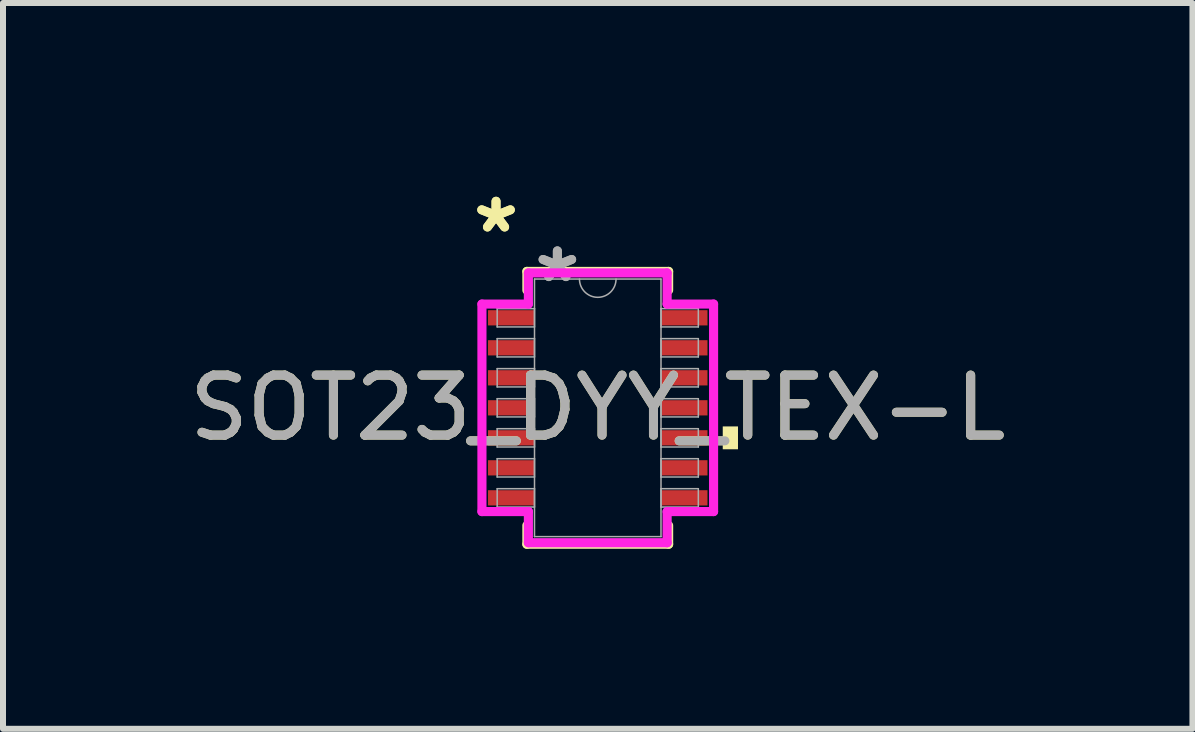
<source format=kicad_pcb>
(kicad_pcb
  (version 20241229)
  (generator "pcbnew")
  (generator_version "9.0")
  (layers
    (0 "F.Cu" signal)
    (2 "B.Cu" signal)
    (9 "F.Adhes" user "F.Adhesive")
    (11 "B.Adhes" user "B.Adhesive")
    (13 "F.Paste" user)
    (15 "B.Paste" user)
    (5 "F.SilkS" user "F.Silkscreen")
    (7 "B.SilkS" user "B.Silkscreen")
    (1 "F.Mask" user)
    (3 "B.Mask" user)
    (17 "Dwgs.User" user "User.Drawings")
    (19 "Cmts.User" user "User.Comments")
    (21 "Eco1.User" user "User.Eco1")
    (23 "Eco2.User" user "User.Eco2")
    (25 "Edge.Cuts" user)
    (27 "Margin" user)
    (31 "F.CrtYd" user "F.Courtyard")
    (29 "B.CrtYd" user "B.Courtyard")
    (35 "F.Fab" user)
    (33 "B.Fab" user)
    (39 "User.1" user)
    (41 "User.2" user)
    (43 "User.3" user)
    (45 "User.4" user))
  (footprint "SOT23_DYY_TEX-L"
    (layer "F.Cu")
    (at 6.911 3.746)
    (property "Reference" "SOT23_DYY_TEX-L" (at 0 0 0) (unlocked yes) (layer "F.SilkS") (effects (font (size 1 1) (thickness 0.15))))
    (attr smd)
    (fp_line (start -1.181 -2.273) (end -1.181 -1.96) (stroke (width 0.152) (type solid)) (layer "F.SilkS"))
    (fp_line (start -1.181 1.96) (end -1.181 2.273) (stroke (width 0.152) (type solid)) (layer "F.SilkS"))
    (fp_line (start -1.181 2.273) (end 1.181 2.273) (stroke (width 0.152) (type solid)) (layer "F.SilkS"))
    (fp_line (start 1.181 -2.273) (end -1.181 -2.273) (stroke (width 0.152) (type solid)) (layer "F.SilkS"))
    (fp_line (start 1.181 -1.96) (end 1.181 -2.273) (stroke (width 0.152) (type solid)) (layer "F.SilkS"))
    (fp_line (start 1.181 2.273) (end 1.181 1.96) (stroke (width 0.152) (type solid)) (layer "F.SilkS"))
    (fp_poly (pts (xy 2.337 0.31) (xy 2.337 0.691) (xy 2.083 0.691) (xy 2.083 0.31)) (stroke (width 0) (type solid)) (fill yes) (layer "F.SilkS"))
    (fp_line (start -1.93 -1.729) (end -1.156 -1.729) (stroke (width 0.152) (type solid)) (layer "F.CrtYd"))
    (fp_line (start -1.93 1.729) (end -1.93 -1.729) (stroke (width 0.152) (type solid)) (layer "F.CrtYd"))
    (fp_line (start -1.93 1.729) (end -1.156 1.729) (stroke (width 0.152) (type solid)) (layer "F.CrtYd"))
    (fp_line (start -1.156 -2.248) (end 1.156 -2.248) (stroke (width 0.152) (type solid)) (layer "F.CrtYd"))
    (fp_line (start -1.156 -1.729) (end -1.156 -2.248) (stroke (width 0.152) (type solid)) (layer "F.CrtYd"))
    (fp_line (start -1.156 2.248) (end -1.156 1.729) (stroke (width 0.152) (type solid)) (layer "F.CrtYd"))
    (fp_line (start 1.156 -2.248) (end 1.156 -1.729) (stroke (width 0.152) (type solid)) (layer "F.CrtYd"))
    (fp_line (start 1.156 1.729) (end 1.156 2.248) (stroke (width 0.152) (type solid)) (layer "F.CrtYd"))
    (fp_line (start 1.156 2.248) (end -1.156 2.248) (stroke (width 0.152) (type solid)) (layer "F.CrtYd"))
    (fp_line (start 1.93 -1.729) (end 1.156 -1.729) (stroke (width 0.152) (type solid)) (layer "F.CrtYd"))
    (fp_line (start 1.93 -1.729) (end 1.93 1.729) (stroke (width 0.152) (type solid)) (layer "F.CrtYd"))
    (fp_line (start 1.93 1.729) (end 1.156 1.729) (stroke (width 0.152) (type solid)) (layer "F.CrtYd"))
    (fp_line (start -1.676 -1.653) (end -1.676 -1.348) (stroke (width 0.025) (type solid)) (layer "F.Fab"))
    (fp_line (start -1.676 -1.348) (end -1.054 -1.348) (stroke (width 0.025) (type solid)) (layer "F.Fab"))
    (fp_line (start -1.676 -1.153) (end -1.676 -0.848) (stroke (width 0.025) (type solid)) (layer "F.Fab"))
    (fp_line (start -1.676 -0.848) (end -1.054 -0.848) (stroke (width 0.025) (type solid)) (layer "F.Fab"))
    (fp_line (start -1.676 -0.653) (end -1.676 -0.348) (stroke (width 0.025) (type solid)) (layer "F.Fab"))
    (fp_line (start -1.676 -0.348) (end -1.054 -0.348) (stroke (width 0.025) (type solid)) (layer "F.Fab"))
    (fp_line (start -1.676 -0.152) (end -1.676 0.152) (stroke (width 0.025) (type solid)) (layer "F.Fab"))
    (fp_line (start -1.676 0.152) (end -1.054 0.152) (stroke (width 0.025) (type solid)) (layer "F.Fab"))
    (fp_line (start -1.676 0.348) (end -1.676 0.653) (stroke (width 0.025) (type solid)) (layer "F.Fab"))
    (fp_line (start -1.676 0.653) (end -1.054 0.653) (stroke (width 0.025) (type solid)) (layer "F.Fab"))
    (fp_line (start -1.676 0.848) (end -1.676 1.153) (stroke (width 0.025) (type solid)) (layer "F.Fab"))
    (fp_line (start -1.676 1.153) (end -1.054 1.153) (stroke (width 0.025) (type solid)) (layer "F.Fab"))
    (fp_line (start -1.676 1.348) (end -1.676 1.653) (stroke (width 0.025) (type solid)) (layer "F.Fab"))
    (fp_line (start -1.676 1.653) (end -1.054 1.653) (stroke (width 0.025) (type solid)) (layer "F.Fab"))
    (fp_line (start -1.054 -2.146) (end -1.054 2.146) (stroke (width 0.025) (type solid)) (layer "F.Fab"))
    (fp_line (start -1.054 -1.653) (end -1.676 -1.653) (stroke (width 0.025) (type solid)) (layer "F.Fab"))
    (fp_line (start -1.054 -1.348) (end -1.054 -1.653) (stroke (width 0.025) (type solid)) (layer "F.Fab"))
    (fp_line (start -1.054 -1.153) (end -1.676 -1.153) (stroke (width 0.025) (type solid)) (layer "F.Fab"))
    (fp_line (start -1.054 -0.848) (end -1.054 -1.153) (stroke (width 0.025) (type solid)) (layer "F.Fab"))
    (fp_line (start -1.054 -0.653) (end -1.676 -0.653) (stroke (width 0.025) (type solid)) (layer "F.Fab"))
    (fp_line (start -1.054 -0.348) (end -1.054 -0.653) (stroke (width 0.025) (type solid)) (layer "F.Fab"))
    (fp_line (start -1.054 -0.152) (end -1.676 -0.152) (stroke (width 0.025) (type solid)) (layer "F.Fab"))
    (fp_line (start -1.054 0.152) (end -1.054 -0.152) (stroke (width 0.025) (type solid)) (layer "F.Fab"))
    (fp_line (start -1.054 0.348) (end -1.676 0.348) (stroke (width 0.025) (type solid)) (layer "F.Fab"))
    (fp_line (start -1.054 0.653) (end -1.054 0.348) (stroke (width 0.025) (type solid)) (layer "F.Fab"))
    (fp_line (start -1.054 0.848) (end -1.676 0.848) (stroke (width 0.025) (type solid)) (layer "F.Fab"))
    (fp_line (start -1.054 1.153) (end -1.054 0.848) (stroke (width 0.025) (type solid)) (layer "F.Fab"))
    (fp_line (start -1.054 1.348) (end -1.676 1.348) (stroke (width 0.025) (type solid)) (layer "F.Fab"))
    (fp_line (start -1.054 1.653) (end -1.054 1.348) (stroke (width 0.025) (type solid)) (layer "F.Fab"))
    (fp_line (start -1.054 2.146) (end 1.054 2.146) (stroke (width 0.025) (type solid)) (layer "F.Fab"))
    (fp_line (start 1.054 -2.146) (end -1.054 -2.146) (stroke (width 0.025) (type solid)) (layer "F.Fab"))
    (fp_line (start 1.054 -1.653) (end 1.054 -1.348) (stroke (width 0.025) (type solid)) (layer "F.Fab"))
    (fp_line (start 1.054 -1.348) (end 1.676 -1.348) (stroke (width 0.025) (type solid)) (layer "F.Fab"))
    (fp_line (start 1.054 -1.153) (end 1.054 -0.848) (stroke (width 0.025) (type solid)) (layer "F.Fab"))
    (fp_line (start 1.054 -0.848) (end 1.676 -0.848) (stroke (width 0.025) (type solid)) (layer "F.Fab"))
    (fp_line (start 1.054 -0.653) (end 1.054 -0.348) (stroke (width 0.025) (type solid)) (layer "F.Fab"))
    (fp_line (start 1.054 -0.348) (end 1.676 -0.348) (stroke (width 0.025) (type solid)) (layer "F.Fab"))
    (fp_line (start 1.054 -0.152) (end 1.054 0.152) (stroke (width 0.025) (type solid)) (layer "F.Fab"))
    (fp_line (start 1.054 0.152) (end 1.676 0.152) (stroke (width 0.025) (type solid)) (layer "F.Fab"))
    (fp_line (start 1.054 0.348) (end 1.054 0.653) (stroke (width 0.025) (type solid)) (layer "F.Fab"))
    (fp_line (start 1.054 0.653) (end 1.676 0.653) (stroke (width 0.025) (type solid)) (layer "F.Fab"))
    (fp_line (start 1.054 0.848) (end 1.054 1.153) (stroke (width 0.025) (type solid)) (layer "F.Fab"))
    (fp_line (start 1.054 1.153) (end 1.676 1.153) (stroke (width 0.025) (type solid)) (layer "F.Fab"))
    (fp_line (start 1.054 1.348) (end 1.054 1.653) (stroke (width 0.025) (type solid)) (layer "F.Fab"))
    (fp_line (start 1.054 1.653) (end 1.676 1.653) (stroke (width 0.025) (type solid)) (layer "F.Fab"))
    (fp_line (start 1.054 2.146) (end 1.054 -2.146) (stroke (width 0.025) (type solid)) (layer "F.Fab"))
    (fp_line (start 1.676 -1.653) (end 1.054 -1.653) (stroke (width 0.025) (type solid)) (layer "F.Fab"))
    (fp_line (start 1.676 -1.348) (end 1.676 -1.653) (stroke (width 0.025) (type solid)) (layer "F.Fab"))
    (fp_line (start 1.676 -1.153) (end 1.054 -1.153) (stroke (width 0.025) (type solid)) (layer "F.Fab"))
    (fp_line (start 1.676 -0.848) (end 1.676 -1.153) (stroke (width 0.025) (type solid)) (layer "F.Fab"))
    (fp_line (start 1.676 -0.653) (end 1.054 -0.653) (stroke (width 0.025) (type solid)) (layer "F.Fab"))
    (fp_line (start 1.676 -0.348) (end 1.676 -0.653) (stroke (width 0.025) (type solid)) (layer "F.Fab"))
    (fp_line (start 1.676 -0.152) (end 1.054 -0.152) (stroke (width 0.025) (type solid)) (layer "F.Fab"))
    (fp_line (start 1.676 0.152) (end 1.676 -0.152) (stroke (width 0.025) (type solid)) (layer "F.Fab"))
    (fp_line (start 1.676 0.348) (end 1.054 0.348) (stroke (width 0.025) (type solid)) (layer "F.Fab"))
    (fp_line (start 1.676 0.653) (end 1.676 0.348) (stroke (width 0.025) (type solid)) (layer "F.Fab"))
    (fp_line (start 1.676 0.848) (end 1.054 0.848) (stroke (width 0.025) (type solid)) (layer "F.Fab"))
    (fp_line (start 1.676 1.153) (end 1.676 0.848) (stroke (width 0.025) (type solid)) (layer "F.Fab"))
    (fp_line (start 1.676 1.348) (end 1.054 1.348) (stroke (width 0.025) (type solid)) (layer "F.Fab"))
    (fp_line (start 1.676 1.653) (end 1.676 1.348) (stroke (width 0.025) (type solid)) (layer "F.Fab"))
    (fp_arc (start 0.3048 -2.1463) (mid 0 -1.8415) (end -0.3048 -2.1463) (stroke (width 0.0254) (type solid)) (layer "F.Fab"))
    (fp_text user "*" (at -1.695 -2.897 0) (layer "F.SilkS") (effects (font (size 1 1) (thickness 0.15))))
    (fp_text user "*" (at -1.695 -2.897 0) (unlocked yes) (layer "F.SilkS") (effects (font (size 1 1) (thickness 0.15))))
    (fp_text user "*" (at -0.673 -2.07 0) (unlocked yes) (layer "F.Fab") (effects (font (size 1 1) (thickness 0.15))))
    (fp_text user "${REFERENCE}" (at 0 0 0) (unlocked yes) (layer "F.Fab") (effects (font (size 1 1) (thickness 0.15))))
    (fp_text user "*" (at -0.673 -2.07 0) (layer "F.Fab") (effects (font (size 1 1) (thickness 0.15))))
    (pad "1" smd rect (at -1.441 -1.5) (size 0.775 0.254) (layers "F.Cu" "F.Mask" "F.Paste"))
    (pad "2" smd rect (at -1.441 -1) (size 0.775 0.254) (layers "F.Cu" "F.Mask" "F.Paste"))
    (pad "3" smd rect (at -1.441 -0.5) (size 0.775 0.254) (layers "F.Cu" "F.Mask" "F.Paste"))
    (pad "4" smd rect (at -1.441 0) (size 0.775 0.254) (layers "F.Cu" "F.Mask" "F.Paste"))
    (pad "5" smd rect (at -1.441 0.5) (size 0.775 0.254) (layers "F.Cu" "F.Mask" "F.Paste"))
    (pad "6" smd rect (at -1.441 1) (size 0.775 0.254) (layers "F.Cu" "F.Mask" "F.Paste"))
    (pad "7" smd rect (at -1.441 1.5) (size 0.775 0.254) (layers "F.Cu" "F.Mask" "F.Paste"))
    (pad "8" smd rect (at 1.441 1.5) (size 0.775 0.254) (layers "F.Cu" "F.Mask" "F.Paste"))
    (pad "9" smd rect (at 1.441 1) (size 0.775 0.254) (layers "F.Cu" "F.Mask" "F.Paste"))
    (pad "10" smd rect (at 1.441 0.5) (size 0.775 0.254) (layers "F.Cu" "F.Mask" "F.Paste"))
    (pad "11" smd rect (at 1.441 0) (size 0.775 0.254) (layers "F.Cu" "F.Mask" "F.Paste"))
    (pad "12" smd rect (at 1.441 -0.5) (size 0.775 0.254) (layers "F.Cu" "F.Mask" "F.Paste"))
    (pad "13" smd rect (at 1.441 -1) (size 0.775 0.254) (layers "F.Cu" "F.Mask" "F.Paste"))
    (pad "14" smd rect (at 1.441 -1.5) (size 0.775 0.254) (layers "F.Cu" "F.Mask" "F.Paste")))
  (gr_rect
    (start -3 -3)
    (end 16.821 9.095)
    (stroke (width 0.1) (type default))
    (fill no)
    (layer "Edge.Cuts")))
</source>
